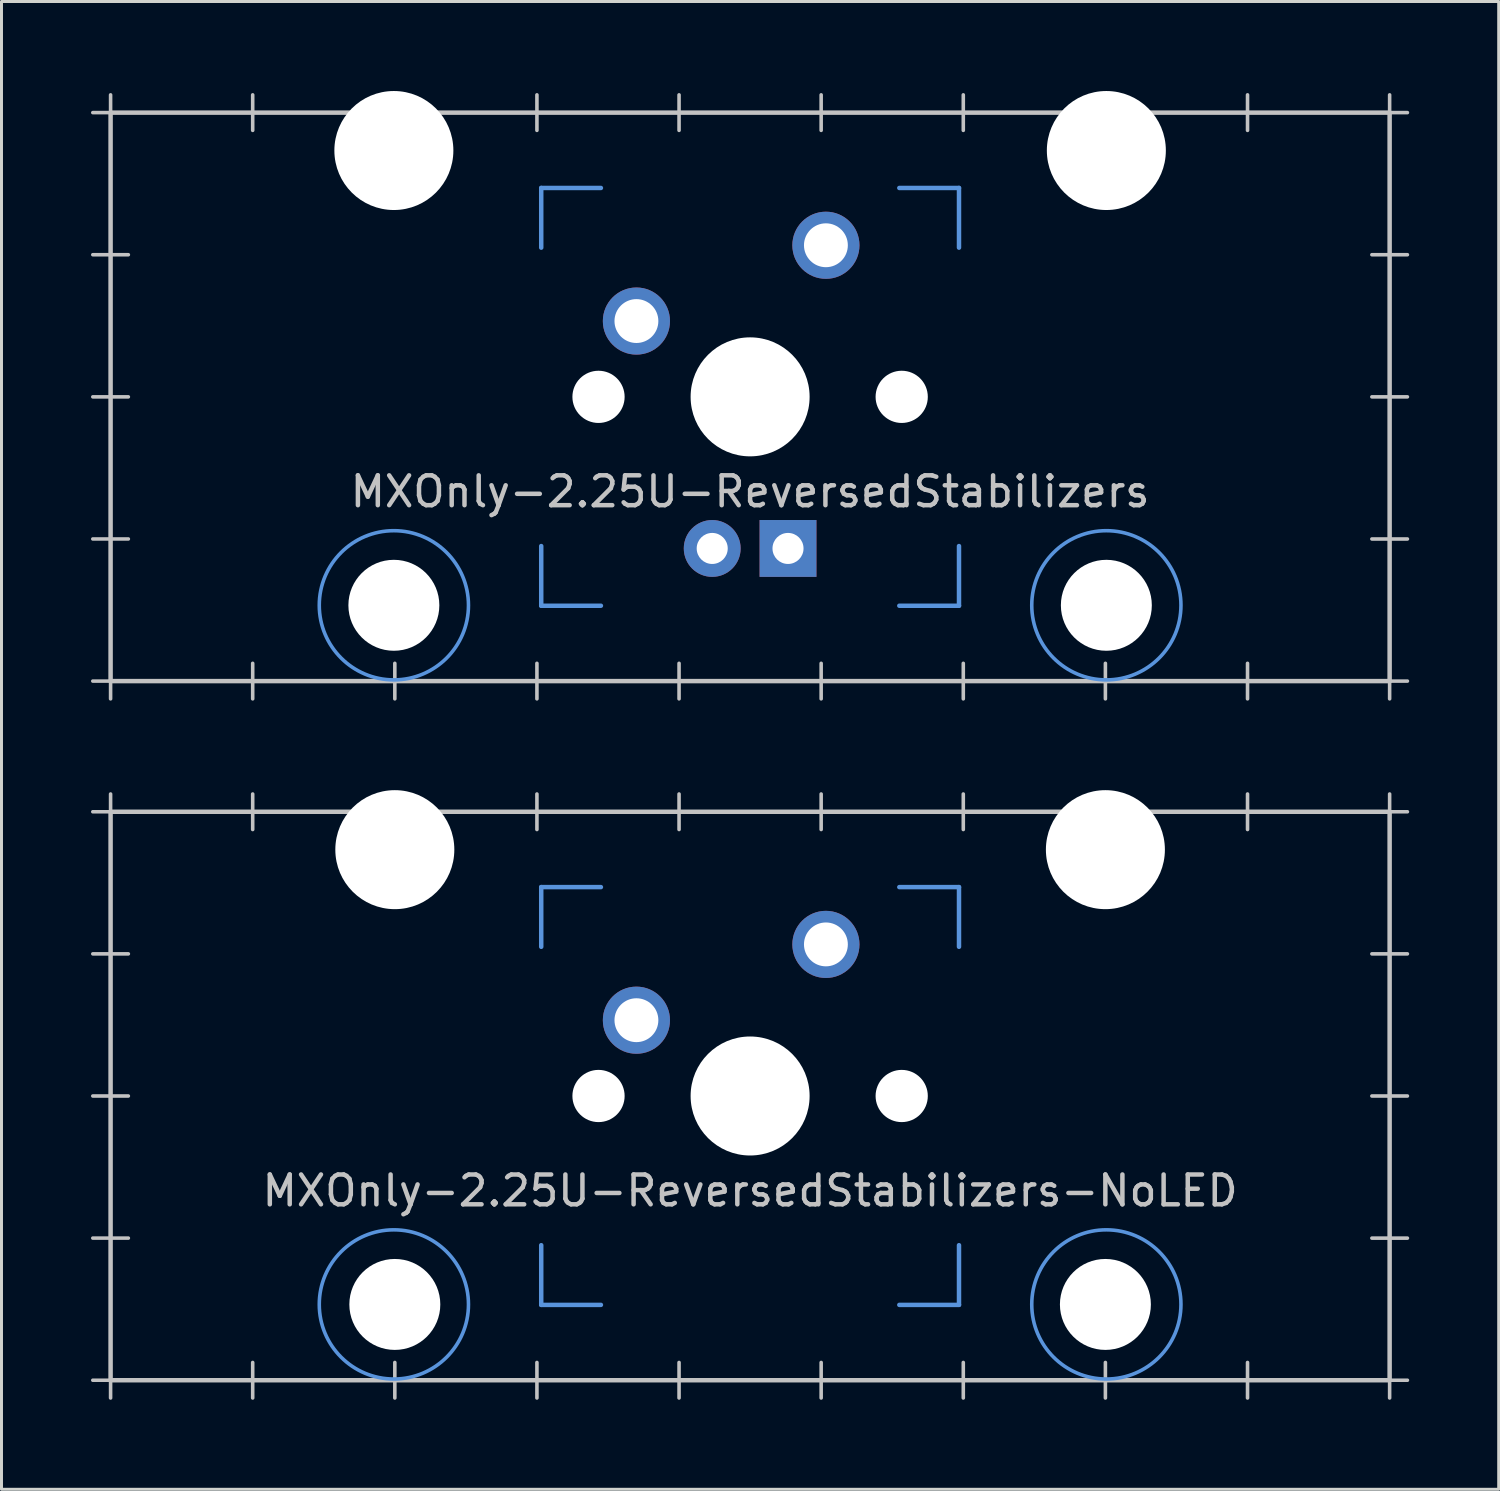
<source format=kicad_pcb>
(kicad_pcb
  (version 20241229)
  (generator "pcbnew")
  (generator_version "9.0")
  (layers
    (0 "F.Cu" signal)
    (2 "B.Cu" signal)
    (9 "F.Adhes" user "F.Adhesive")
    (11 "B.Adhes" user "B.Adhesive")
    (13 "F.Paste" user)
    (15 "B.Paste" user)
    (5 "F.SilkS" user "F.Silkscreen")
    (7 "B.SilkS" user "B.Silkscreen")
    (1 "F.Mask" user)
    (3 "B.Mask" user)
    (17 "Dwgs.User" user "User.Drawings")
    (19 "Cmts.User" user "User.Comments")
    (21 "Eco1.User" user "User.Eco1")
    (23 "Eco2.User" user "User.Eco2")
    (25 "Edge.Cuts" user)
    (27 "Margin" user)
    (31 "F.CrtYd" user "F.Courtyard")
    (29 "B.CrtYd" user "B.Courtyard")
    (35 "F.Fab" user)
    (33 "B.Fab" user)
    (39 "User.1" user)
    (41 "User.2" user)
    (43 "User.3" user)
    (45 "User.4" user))
  (footprint "MXOnly-2.25U-ReversedStabilizers-NoLED"
    (layer "F.Cu")
    (at 22.087 33.678)
    (property "Reference" "MXOnly-2.25U-ReversedStabilizers-NoLED" (at 0 3.175 0) (layer "Dwgs.User") (effects (font (size 1 1) (thickness 0.15))))
    (attr through_hole)
    (fp_line (start -22.027 -9.525) (end -21.431 -9.525) (stroke (width 0.12) (type solid)) (layer "Dwgs.User"))
    (fp_line (start -22.027 -0.000008) (end -20.836 -0.000008) (stroke (width 0.12) (type solid)) (layer "Dwgs.User"))
    (fp_line (start -22.027 4.762) (end -20.836 4.762) (stroke (width 0.12) (type solid)) (layer "Dwgs.User"))
    (fp_line (start -22.027 9.525) (end -21.431 9.525) (stroke (width 0.12) (type solid)) (layer "Dwgs.User"))
    (fp_line (start -21.431 10.12) (end -21.431 9.525) (stroke (width 0.12) (type solid)) (layer "Dwgs.User"))
    (fp_line (start -21.431 -10.12) (end -21.431 -9.525) (stroke (width 0.12) (type solid)) (layer "Dwgs.User"))
    (fp_line (start -21.431 -9.525) (end 21.431 -9.525) (stroke (width 0.15) (type solid)) (layer "Dwgs.User"))
    (fp_line (start -21.431 9.525) (end -21.431 -9.525) (stroke (width 0.15) (type solid)) (layer "Dwgs.User"))
    (fp_line (start -21.431 9.525) (end 21.431 9.525) (stroke (width 0.15) (type solid)) (layer "Dwgs.User"))
    (fp_line (start -20.836 -4.763) (end -22.027 -4.763) (stroke (width 0.12) (type solid)) (layer "Dwgs.User"))
    (fp_line (start -16.669 8.93) (end -16.669 10.12) (stroke (width 0.12) (type solid)) (layer "Dwgs.User"))
    (fp_line (start -16.669 -10.12) (end -16.669 -8.93) (stroke (width 0.12) (type solid)) (layer "Dwgs.User"))
    (fp_line (start -11.906 8.93) (end -11.906 10.12) (stroke (width 0.12) (type solid)) (layer "Dwgs.User"))
    (fp_line (start -11.906 -10.12) (end -11.906 -8.93) (stroke (width 0.12) (type solid)) (layer "Dwgs.User"))
    (fp_line (start -7.144 10.12) (end -7.144 8.93) (stroke (width 0.12) (type solid)) (layer "Dwgs.User"))
    (fp_line (start -7.144 -8.93) (end -7.144 -10.12) (stroke (width 0.12) (type solid)) (layer "Dwgs.User"))
    (fp_line (start -2.381 8.93) (end -2.381 10.12) (stroke (width 0.12) (type solid)) (layer "Dwgs.User"))
    (fp_line (start -2.381 -10.12) (end -2.381 -8.93) (stroke (width 0.12) (type solid)) (layer "Dwgs.User"))
    (fp_line (start 2.381 10.12) (end 2.381 8.93) (stroke (width 0.12) (type solid)) (layer "Dwgs.User"))
    (fp_line (start 2.381 -8.93) (end 2.381 -10.12) (stroke (width 0.12) (type solid)) (layer "Dwgs.User"))
    (fp_line (start 7.144 8.93) (end 7.144 10.12) (stroke (width 0.12) (type solid)) (layer "Dwgs.User"))
    (fp_line (start 7.144 -10.12) (end 7.144 -8.93) (stroke (width 0.12) (type solid)) (layer "Dwgs.User"))
    (fp_line (start 11.906 10.12) (end 11.906 8.93) (stroke (width 0.12) (type solid)) (layer "Dwgs.User"))
    (fp_line (start 11.906 -8.93) (end 11.906 -10.12) (stroke (width 0.12) (type solid)) (layer "Dwgs.User"))
    (fp_line (start 16.669 10.12) (end 16.669 8.93) (stroke (width 0.12) (type solid)) (layer "Dwgs.User"))
    (fp_line (start 16.669 -8.93) (end 16.669 -10.12) (stroke (width 0.12) (type solid)) (layer "Dwgs.User"))
    (fp_line (start 20.836 4.763) (end 22.027 4.763) (stroke (width 0.12) (type solid)) (layer "Dwgs.User"))
    (fp_line (start 21.431 -9.525) (end 21.431 9.525) (stroke (width 0.15) (type solid)) (layer "Dwgs.User"))
    (fp_line (start 21.431 10.12) (end 21.431 9.525) (stroke (width 0.12) (type solid)) (layer "Dwgs.User"))
    (fp_line (start 21.431 -10.12) (end 21.431 -9.525) (stroke (width 0.12) (type solid)) (layer "Dwgs.User"))
    (fp_line (start 22.027 -9.525) (end 21.431 -9.525) (stroke (width 0.12) (type solid)) (layer "Dwgs.User"))
    (fp_line (start 22.027 -4.763) (end 20.836 -4.763) (stroke (width 0.12) (type solid)) (layer "Dwgs.User"))
    (fp_line (start 22.027 0) (end 20.836 0) (stroke (width 0.12) (type solid)) (layer "Dwgs.User"))
    (fp_line (start 22.027 9.525) (end 21.431 9.525) (stroke (width 0.12) (type solid)) (layer "Dwgs.User"))
    (fp_line (start -7 -7) (end -7 -5) (stroke (width 0.15) (type solid)) (layer "Cmts.User"))
    (fp_line (start -7 7) (end -7 5) (stroke (width 0.15) (type solid)) (layer "Cmts.User"))
    (fp_line (start -5 -7) (end -7 -7) (stroke (width 0.15) (type solid)) (layer "Cmts.User"))
    (fp_line (start -5 7) (end -7 7) (stroke (width 0.15) (type solid)) (layer "Cmts.User"))
    (fp_line (start 5 -7) (end 7 -7) (stroke (width 0.15) (type solid)) (layer "Cmts.User"))
    (fp_line (start 7 -7) (end 7 -5) (stroke (width 0.15) (type solid)) (layer "Cmts.User"))
    (fp_line (start 7 5) (end 7 7) (stroke (width 0.15) (type solid)) (layer "Cmts.User"))
    (fp_line (start 7 7) (end 5 7) (stroke (width 0.15) (type solid)) (layer "Cmts.User"))
    (fp_circle (center -11.938 6.985) (end -14.438 6.985) (stroke (width 0.12) (type solid)) (fill no) (layer "Cmts.User"))
    (fp_circle (center 11.938 6.985) (end 9.438 6.985) (stroke (width 0.12) (type solid)) (fill no) (layer "Cmts.User"))
    (pad "" np_thru_hole circle (at -11.906 -8.255) (size 3.988 3.988) (drill 3.988) (layers "*.Cu" "*.Mask"))
    (pad "" np_thru_hole circle (at -11.906 6.985) (size 3.048 3.048) (drill 3.048) (layers "*.Cu" "*.Mask"))
    (pad "" np_thru_hole circle (at -5.08 0 48.1) (size 1.75 1.75) (drill 1.75) (layers "*.Cu" "*.Mask"))
    (pad "" np_thru_hole circle (at 0 0) (size 3.988 3.988) (drill 3.988) (layers "*.Cu" "*.Mask"))
    (pad "" np_thru_hole circle (at 5.08 0 48.1) (size 1.75 1.75) (drill 1.75) (layers "*.Cu" "*.Mask"))
    (pad "" np_thru_hole circle (at 11.906 -8.255) (size 3.988 3.988) (drill 3.988) (layers "*.Cu" "*.Mask"))
    (pad "" np_thru_hole circle (at 11.906 6.985) (size 3.048 3.048) (drill 3.048) (layers "*.Cu" "*.Mask"))
    (pad "1" thru_hole circle (at -3.81 -2.54) (size 2.25 2.25) (drill 1.47) (layers "*.Cu" "B.Mask"))
    (pad "2" thru_hole circle (at 2.54 -5.08) (size 2.25 2.25) (drill 1.47) (layers "*.Cu" "B.Mask")))
  (footprint "MXOnly-2.25U-ReversedStabilizers"
    (layer "F.Cu")
    (at 22.087 10.249)
    (property "Reference" "MXOnly-2.25U-ReversedStabilizers" (at 0 3.175 0) (layer "Dwgs.User") (effects (font (size 1 1) (thickness 0.15))))
    (attr through_hole)
    (fp_line (start -22.027 -9.525) (end -21.431 -9.525) (stroke (width 0.12) (type solid)) (layer "Dwgs.User"))
    (fp_line (start -22.027 -0.000008) (end -20.836 -0.000008) (stroke (width 0.12) (type solid)) (layer "Dwgs.User"))
    (fp_line (start -22.027 4.762) (end -20.836 4.762) (stroke (width 0.12) (type solid)) (layer "Dwgs.User"))
    (fp_line (start -22.027 9.525) (end -21.431 9.525) (stroke (width 0.12) (type solid)) (layer "Dwgs.User"))
    (fp_line (start -21.431 10.12) (end -21.431 9.525) (stroke (width 0.12) (type solid)) (layer "Dwgs.User"))
    (fp_line (start -21.431 -10.12) (end -21.431 -9.525) (stroke (width 0.12) (type solid)) (layer "Dwgs.User"))
    (fp_line (start -21.431 -9.525) (end 21.431 -9.525) (stroke (width 0.15) (type solid)) (layer "Dwgs.User"))
    (fp_line (start -21.431 9.525) (end -21.431 -9.525) (stroke (width 0.15) (type solid)) (layer "Dwgs.User"))
    (fp_line (start -21.431 9.525) (end 21.431 9.525) (stroke (width 0.15) (type solid)) (layer "Dwgs.User"))
    (fp_line (start -20.836 -4.763) (end -22.027 -4.763) (stroke (width 0.12) (type solid)) (layer "Dwgs.User"))
    (fp_line (start -16.669 8.93) (end -16.669 10.12) (stroke (width 0.12) (type solid)) (layer "Dwgs.User"))
    (fp_line (start -16.669 -10.12) (end -16.669 -8.93) (stroke (width 0.12) (type solid)) (layer "Dwgs.User"))
    (fp_line (start -11.906 8.93) (end -11.906 10.12) (stroke (width 0.12) (type solid)) (layer "Dwgs.User"))
    (fp_line (start -11.906 -10.12) (end -11.906 -8.93) (stroke (width 0.12) (type solid)) (layer "Dwgs.User"))
    (fp_line (start -7.144 10.12) (end -7.144 8.93) (stroke (width 0.12) (type solid)) (layer "Dwgs.User"))
    (fp_line (start -7.144 -8.93) (end -7.144 -10.12) (stroke (width 0.12) (type solid)) (layer "Dwgs.User"))
    (fp_line (start -2.381 8.93) (end -2.381 10.12) (stroke (width 0.12) (type solid)) (layer "Dwgs.User"))
    (fp_line (start -2.381 -10.12) (end -2.381 -8.93) (stroke (width 0.12) (type solid)) (layer "Dwgs.User"))
    (fp_line (start 2.381 10.12) (end 2.381 8.93) (stroke (width 0.12) (type solid)) (layer "Dwgs.User"))
    (fp_line (start 2.381 -8.93) (end 2.381 -10.12) (stroke (width 0.12) (type solid)) (layer "Dwgs.User"))
    (fp_line (start 7.144 8.93) (end 7.144 10.12) (stroke (width 0.12) (type solid)) (layer "Dwgs.User"))
    (fp_line (start 7.144 -10.12) (end 7.144 -8.93) (stroke (width 0.12) (type solid)) (layer "Dwgs.User"))
    (fp_line (start 11.906 10.12) (end 11.906 8.93) (stroke (width 0.12) (type solid)) (layer "Dwgs.User"))
    (fp_line (start 11.906 -8.93) (end 11.906 -10.12) (stroke (width 0.12) (type solid)) (layer "Dwgs.User"))
    (fp_line (start 16.669 10.12) (end 16.669 8.93) (stroke (width 0.12) (type solid)) (layer "Dwgs.User"))
    (fp_line (start 16.669 -8.93) (end 16.669 -10.12) (stroke (width 0.12) (type solid)) (layer "Dwgs.User"))
    (fp_line (start 20.836 4.763) (end 22.027 4.763) (stroke (width 0.12) (type solid)) (layer "Dwgs.User"))
    (fp_line (start 21.431 -9.525) (end 21.431 9.525) (stroke (width 0.15) (type solid)) (layer "Dwgs.User"))
    (fp_line (start 21.431 10.12) (end 21.431 9.525) (stroke (width 0.12) (type solid)) (layer "Dwgs.User"))
    (fp_line (start 21.431 -10.12) (end 21.431 -9.525) (stroke (width 0.12) (type solid)) (layer "Dwgs.User"))
    (fp_line (start 22.027 -9.525) (end 21.431 -9.525) (stroke (width 0.12) (type solid)) (layer "Dwgs.User"))
    (fp_line (start 22.027 -4.763) (end 20.836 -4.763) (stroke (width 0.12) (type solid)) (layer "Dwgs.User"))
    (fp_line (start 22.027 0) (end 20.836 0) (stroke (width 0.12) (type solid)) (layer "Dwgs.User"))
    (fp_line (start 22.027 9.525) (end 21.431 9.525) (stroke (width 0.12) (type solid)) (layer "Dwgs.User"))
    (fp_line (start -7 -7) (end -7 -5) (stroke (width 0.15) (type solid)) (layer "Cmts.User"))
    (fp_line (start -7 7) (end -7 5) (stroke (width 0.15) (type solid)) (layer "Cmts.User"))
    (fp_line (start -5 -7) (end -7 -7) (stroke (width 0.15) (type solid)) (layer "Cmts.User"))
    (fp_line (start -5 7) (end -7 7) (stroke (width 0.15) (type solid)) (layer "Cmts.User"))
    (fp_line (start 5 -7) (end 7 -7) (stroke (width 0.15) (type solid)) (layer "Cmts.User"))
    (fp_line (start 7 -7) (end 7 -5) (stroke (width 0.15) (type solid)) (layer "Cmts.User"))
    (fp_line (start 7 5) (end 7 7) (stroke (width 0.15) (type solid)) (layer "Cmts.User"))
    (fp_line (start 7 7) (end 5 7) (stroke (width 0.15) (type solid)) (layer "Cmts.User"))
    (fp_circle (center -11.938 6.985) (end -14.438 6.985) (stroke (width 0.12) (type solid)) (fill no) (layer "Cmts.User"))
    (fp_circle (center 11.938 6.985) (end 9.438 6.985) (stroke (width 0.12) (type solid)) (fill no) (layer "Cmts.User"))
    (pad "" np_thru_hole circle (at -11.938 -8.255) (size 3.988 3.988) (drill 3.988) (layers "*.Cu" "*.Mask"))
    (pad "" np_thru_hole circle (at -11.938 6.985) (size 3.048 3.048) (drill 3.048) (layers "*.Cu" "*.Mask"))
    (pad "" np_thru_hole circle (at -5.08 0 48.1) (size 1.75 1.75) (drill 1.75) (layers "*.Cu" "*.Mask"))
    (pad "" np_thru_hole circle (at 0 0) (size 3.988 3.988) (drill 3.988) (layers "*.Cu" "*.Mask"))
    (pad "" np_thru_hole circle (at 5.08 0 48.1) (size 1.75 1.75) (drill 1.75) (layers "*.Cu" "*.Mask"))
    (pad "" np_thru_hole circle (at 11.938 -8.255) (size 3.988 3.988) (drill 3.988) (layers "*.Cu" "*.Mask"))
    (pad "" np_thru_hole circle (at 11.938 6.985) (size 3.048 3.048) (drill 3.048) (layers "*.Cu" "*.Mask"))
    (pad "1" thru_hole circle (at -3.81 -2.54) (size 2.25 2.25) (drill 1.47) (layers "*.Cu" "B.Mask"))
    (pad "2" thru_hole circle (at 2.54 -5.08) (size 2.25 2.25) (drill 1.47) (layers "*.Cu" "B.Mask"))
    (pad "3" thru_hole circle (at -1.27 5.08) (size 1.905 1.905) (drill 1.04) (layers "*.Cu" "B.Mask"))
    (pad "4" thru_hole rect (at 1.27 5.08) (size 1.905 1.905) (drill 1.04) (layers "*.Cu" "B.Mask")))
  (gr_rect
    (start -3 -3)
    (end 47.173 46.858)
    (stroke (width 0.1) (type default))
    (fill no)
    (layer "Edge.Cuts")))
</source>
